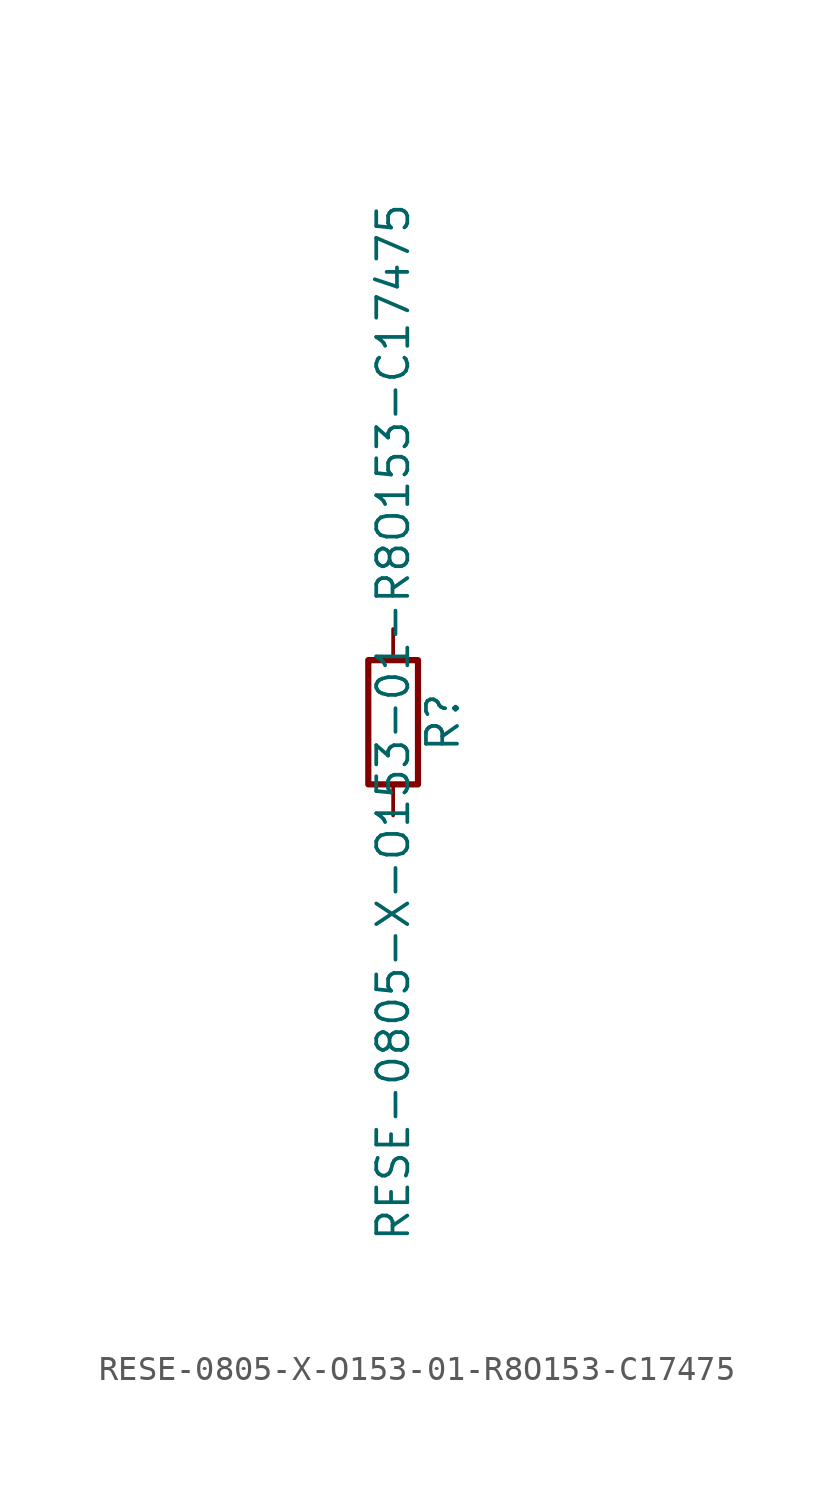
<source format=kicad_sym>
(kicad_symbol_lib
  (version 20211014)
  (generator kicad_symbol_editor)
  (symbol "RESE-0805-X-O153-01-R8O153-C17475"
    (pin_numbers hide)
    (pin_names
      (offset 0))
    (property "Reference" "R"
      (at 2.032 0 90)
      (effects (font (size 1.27 1.27))))
    (property "Value" "RESE-0805-X-O153-01-R8O153-C17475"
      (at 0 0 90)
      (effects (font (size 1.27 1.27))))
    (symbol "RESE-0805-X-O153-01-R8O153-C17475_0_1"
      (rectangle (start -1.016 -2.54) (end 1.016 2.54) (stroke (width 0.254) (type default) (color 0 0 0 0)) (fill (type none))))
    (symbol "RESE-0805-X-O153-01-R8O153-C17475_1_1"
      (pin passive line (at 0 3.81 270) (length 1.27) (name "~" (effects (font (size 1.27 1.27)))) (number "1" (effects (font (size 1.27 1.27)))))
      (pin passive line (at 0 -3.81 90) (length 1.27) (name "~" (effects (font (size 1.27 1.27)))) (number "2" (effects (font (size 1.27 1.27))))))))
</source>
